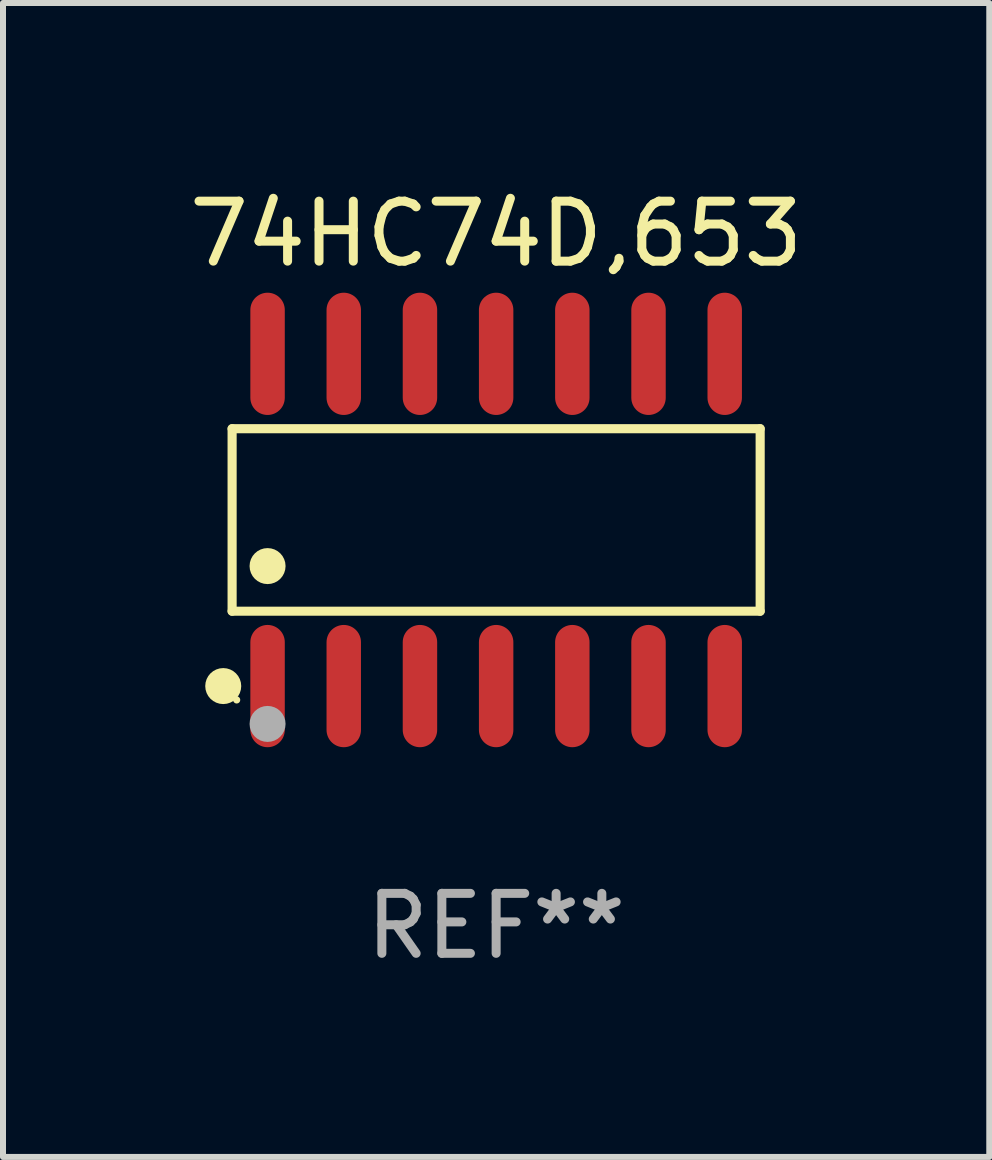
<source format=kicad_pcb>
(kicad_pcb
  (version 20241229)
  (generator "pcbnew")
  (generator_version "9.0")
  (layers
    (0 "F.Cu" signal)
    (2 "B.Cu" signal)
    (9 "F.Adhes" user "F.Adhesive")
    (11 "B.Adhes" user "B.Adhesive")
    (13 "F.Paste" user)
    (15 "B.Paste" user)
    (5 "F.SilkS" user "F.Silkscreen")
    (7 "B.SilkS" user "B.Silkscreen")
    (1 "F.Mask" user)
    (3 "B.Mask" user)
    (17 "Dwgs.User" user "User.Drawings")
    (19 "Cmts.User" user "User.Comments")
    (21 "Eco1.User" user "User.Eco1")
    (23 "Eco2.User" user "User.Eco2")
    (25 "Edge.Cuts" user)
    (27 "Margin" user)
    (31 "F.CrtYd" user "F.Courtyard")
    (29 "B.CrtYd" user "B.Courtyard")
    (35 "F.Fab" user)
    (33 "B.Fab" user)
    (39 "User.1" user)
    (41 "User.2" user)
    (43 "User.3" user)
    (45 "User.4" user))
  (footprint "74HC74D,653"
    (layer "F.Cu")
    (at 5.22 5.617)
    (property "Reference" "74HC74D,653" (at 0 -4.769 0) (layer "F.SilkS") (effects (font (size 1 1) (thickness 0.15))))
    (attr through_hole)
    (fp_line (start -4.401 -1.521) (end 4.401 -1.521) (stroke (width 0.152) (type solid)) (layer "F.SilkS"))
    (fp_line (start -4.401 1.521) (end -4.401 -1.521) (stroke (width 0.152) (type solid)) (layer "F.SilkS"))
    (fp_line (start 4.401 -1.521) (end 4.401 1.521) (stroke (width 0.152) (type solid)) (layer "F.SilkS"))
    (fp_line (start 4.401 1.521) (end -4.401 1.521) (stroke (width 0.152) (type solid)) (layer "F.SilkS"))
    (fp_circle (center -4.549 2.769) (end -4.399 2.769) (stroke (width 0.3) (type solid)) (fill no) (layer "F.SilkS"))
    (fp_circle (center -4.325 3) (end -4.295 3) (stroke (width 0.06) (type solid)) (fill no) (layer "F.SilkS"))
    (fp_circle (center -3.81 0.769) (end -3.66 0.769) (stroke (width 0.3) (type solid)) (fill no) (layer "F.SilkS"))
    (fp_circle (center -3.81 3.4) (end -3.66 3.4) (stroke (width 0.3) (type solid)) (fill no) (layer "F.Fab"))
    (fp_text user "REF**" (at 0 6.769 0) (layer "F.Fab") (effects (font (size 1 1) (thickness 0.15))))
    (pad "1" smd oval (at -3.81 2.769) (size 0.574 2.038) (layers "F.Cu" "F.Mask" "F.Paste"))
    (pad "2" smd oval (at -2.54 2.769) (size 0.574 2.038) (layers "F.Cu" "F.Mask" "F.Paste"))
    (pad "3" smd oval (at -1.27 2.769) (size 0.574 2.038) (layers "F.Cu" "F.Mask" "F.Paste"))
    (pad "4" smd oval (at 0 2.769) (size 0.574 2.038) (layers "F.Cu" "F.Mask" "F.Paste"))
    (pad "5" smd oval (at 1.27 2.769) (size 0.574 2.038) (layers "F.Cu" "F.Mask" "F.Paste"))
    (pad "6" smd oval (at 2.54 2.769) (size 0.574 2.038) (layers "F.Cu" "F.Mask" "F.Paste"))
    (pad "7" smd oval (at 3.81 2.769) (size 0.574 2.038) (layers "F.Cu" "F.Mask" "F.Paste"))
    (pad "8" smd oval (at 3.81 -2.769) (size 0.574 2.038) (layers "F.Cu" "F.Mask" "F.Paste"))
    (pad "9" smd oval (at 2.54 -2.769) (size 0.574 2.038) (layers "F.Cu" "F.Mask" "F.Paste"))
    (pad "10" smd oval (at 1.27 -2.769) (size 0.574 2.038) (layers "F.Cu" "F.Mask" "F.Paste"))
    (pad "11" smd oval (at 0 -2.769) (size 0.574 2.038) (layers "F.Cu" "F.Mask" "F.Paste"))
    (pad "12" smd oval (at -1.27 -2.769) (size 0.574 2.038) (layers "F.Cu" "F.Mask" "F.Paste"))
    (pad "13" smd oval (at -2.54 -2.769) (size 0.574 2.038) (layers "F.Cu" "F.Mask" "F.Paste"))
    (pad "14" smd oval (at -3.81 -2.769) (size 0.574 2.038) (layers "F.Cu" "F.Mask" "F.Paste")))
  (gr_rect
    (start -3 -3)
    (end 13.44 16.235)
    (stroke (width 0.1) (type default))
    (fill no)
    (layer "Edge.Cuts")))
</source>
